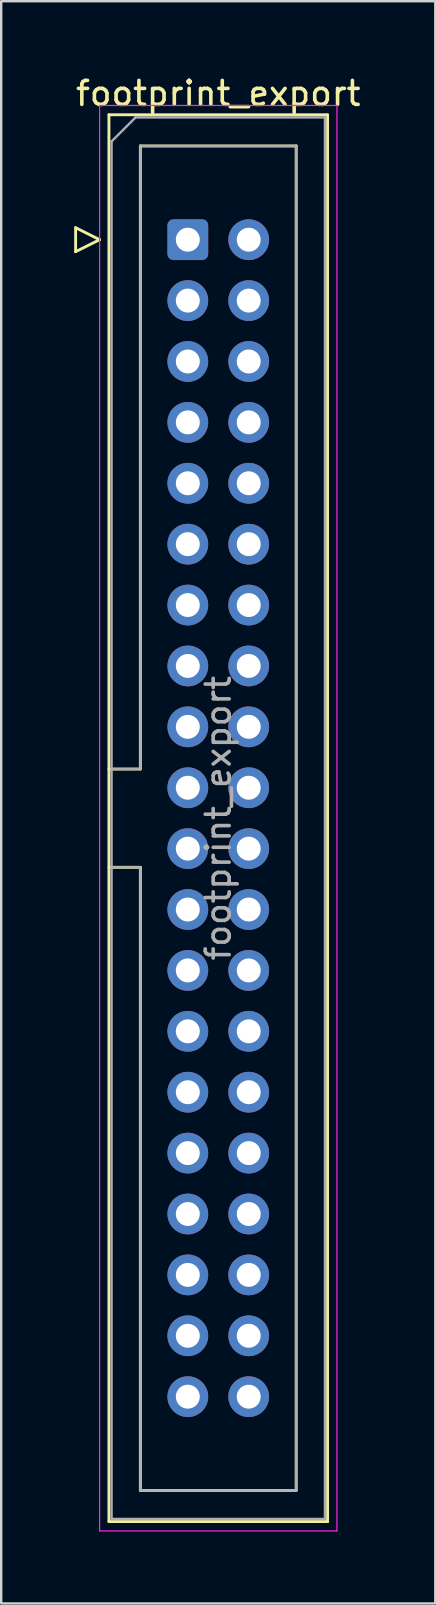
<source format=kicad_pcb>
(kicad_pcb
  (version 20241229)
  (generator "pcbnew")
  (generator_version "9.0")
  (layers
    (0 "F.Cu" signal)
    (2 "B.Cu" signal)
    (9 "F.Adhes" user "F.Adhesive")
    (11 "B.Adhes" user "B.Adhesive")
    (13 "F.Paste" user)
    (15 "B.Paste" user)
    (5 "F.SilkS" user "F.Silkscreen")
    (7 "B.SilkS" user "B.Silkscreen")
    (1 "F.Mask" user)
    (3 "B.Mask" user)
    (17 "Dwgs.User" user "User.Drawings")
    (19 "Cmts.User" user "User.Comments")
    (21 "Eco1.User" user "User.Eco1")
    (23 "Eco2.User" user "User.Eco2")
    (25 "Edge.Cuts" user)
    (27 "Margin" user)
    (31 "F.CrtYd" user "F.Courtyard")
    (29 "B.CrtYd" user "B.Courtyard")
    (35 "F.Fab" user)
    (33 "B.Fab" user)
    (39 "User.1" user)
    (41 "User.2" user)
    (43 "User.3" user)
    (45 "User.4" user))
  (footprint "footprint_export"
    (layer "F.Cu")
    (at 4.784 6.948)
    (property "Reference" "footprint_export" (at 1.27 -6.1 0) (layer "F.SilkS") (effects (font (size 1 1) (thickness 0.15))))
    (attr through_hole)
    (fp_line (start -4.68 -0.5) (end -4.68 0.5) (stroke (width 0.12) (type solid)) (layer "F.SilkS"))
    (fp_line (start -4.68 0.5) (end -3.68 0) (stroke (width 0.12) (type solid)) (layer "F.SilkS"))
    (fp_line (start -3.68 0) (end -4.68 -0.5) (stroke (width 0.12) (type solid)) (layer "F.SilkS"))
    (fp_line (start -3.29 -5.21) (end 5.83 -5.21) (stroke (width 0.12) (type solid)) (layer "F.SilkS"))
    (fp_line (start -3.29 22.08) (end -1.98 22.08) (stroke (width 0.12) (type solid)) (layer "F.SilkS"))
    (fp_line (start -3.29 53.47) (end -3.29 -5.21) (stroke (width 0.12) (type solid)) (layer "F.SilkS"))
    (fp_line (start -1.98 -3.91) (end 4.52 -3.91) (stroke (width 0.12) (type solid)) (layer "F.SilkS"))
    (fp_line (start -1.98 22.08) (end -1.98 -3.91) (stroke (width 0.12) (type solid)) (layer "F.SilkS"))
    (fp_line (start -1.98 26.18) (end -3.29 26.18) (stroke (width 0.12) (type solid)) (layer "F.SilkS"))
    (fp_line (start -1.98 26.18) (end -1.98 26.18) (stroke (width 0.12) (type solid)) (layer "F.SilkS"))
    (fp_line (start -1.98 52.17) (end -1.98 26.18) (stroke (width 0.12) (type solid)) (layer "F.SilkS"))
    (fp_line (start 4.52 -3.91) (end 4.52 52.17) (stroke (width 0.12) (type solid)) (layer "F.SilkS"))
    (fp_line (start 4.52 52.17) (end -1.98 52.17) (stroke (width 0.12) (type solid)) (layer "F.SilkS"))
    (fp_line (start 5.83 -5.21) (end 5.83 53.47) (stroke (width 0.12) (type solid)) (layer "F.SilkS"))
    (fp_line (start 5.83 53.47) (end -3.29 53.47) (stroke (width 0.12) (type solid)) (layer "F.SilkS"))
    (fp_line (start -3.68 -5.6) (end -3.68 53.86) (stroke (width 0.05) (type solid)) (layer "F.CrtYd"))
    (fp_line (start -3.68 53.86) (end 6.22 53.86) (stroke (width 0.05) (type solid)) (layer "F.CrtYd"))
    (fp_line (start 6.22 -5.6) (end -3.68 -5.6) (stroke (width 0.05) (type solid)) (layer "F.CrtYd"))
    (fp_line (start 6.22 53.86) (end 6.22 -5.6) (stroke (width 0.05) (type solid)) (layer "F.CrtYd"))
    (fp_line (start -3.18 -4.1) (end -2.18 -5.1) (stroke (width 0.1) (type solid)) (layer "F.Fab"))
    (fp_line (start -3.18 22.08) (end -1.98 22.08) (stroke (width 0.1) (type solid)) (layer "F.Fab"))
    (fp_line (start -3.18 53.36) (end -3.18 -4.1) (stroke (width 0.1) (type solid)) (layer "F.Fab"))
    (fp_line (start -2.18 -5.1) (end 5.72 -5.1) (stroke (width 0.1) (type solid)) (layer "F.Fab"))
    (fp_line (start -1.98 -3.91) (end 4.52 -3.91) (stroke (width 0.1) (type solid)) (layer "F.Fab"))
    (fp_line (start -1.98 22.08) (end -1.98 -3.91) (stroke (width 0.1) (type solid)) (layer "F.Fab"))
    (fp_line (start -1.98 26.18) (end -3.18 26.18) (stroke (width 0.1) (type solid)) (layer "F.Fab"))
    (fp_line (start -1.98 26.18) (end -1.98 26.18) (stroke (width 0.1) (type solid)) (layer "F.Fab"))
    (fp_line (start -1.98 52.17) (end -1.98 26.18) (stroke (width 0.1) (type solid)) (layer "F.Fab"))
    (fp_line (start 4.52 -3.91) (end 4.52 52.17) (stroke (width 0.1) (type solid)) (layer "F.Fab"))
    (fp_line (start 4.52 52.17) (end -1.98 52.17) (stroke (width 0.1) (type solid)) (layer "F.Fab"))
    (fp_line (start 5.72 -5.1) (end 5.72 53.36) (stroke (width 0.1) (type solid)) (layer "F.Fab"))
    (fp_line (start 5.72 53.36) (end -3.18 53.36) (stroke (width 0.1) (type solid)) (layer "F.Fab"))
    (fp_text user "${REFERENCE}" (at 1.27 24.13 90) (layer "F.Fab") (effects (font (size 1 1) (thickness 0.15))))
    (pad "1" thru_hole roundrect (at 0 0) (size 1.7 1.7) (drill 1) (layers "*.Cu" "*.Mask") (roundrect_rratio 0.147))
    (pad "2" thru_hole circle (at 2.54 0) (size 1.7 1.7) (drill 1) (layers "*.Cu" "*.Mask"))
    (pad "3" thru_hole circle (at 0 2.54) (size 1.7 1.7) (drill 1) (layers "*.Cu" "*.Mask"))
    (pad "4" thru_hole circle (at 2.54 2.54) (size 1.7 1.7) (drill 1) (layers "*.Cu" "*.Mask"))
    (pad "5" thru_hole circle (at 0 5.08) (size 1.7 1.7) (drill 1) (layers "*.Cu" "*.Mask"))
    (pad "6" thru_hole circle (at 2.54 5.08) (size 1.7 1.7) (drill 1) (layers "*.Cu" "*.Mask"))
    (pad "7" thru_hole circle (at 0 7.62) (size 1.7 1.7) (drill 1) (layers "*.Cu" "*.Mask"))
    (pad "8" thru_hole circle (at 2.54 7.62) (size 1.7 1.7) (drill 1) (layers "*.Cu" "*.Mask"))
    (pad "9" thru_hole circle (at 0 10.16) (size 1.7 1.7) (drill 1) (layers "*.Cu" "*.Mask"))
    (pad "10" thru_hole circle (at 2.54 10.16) (size 1.7 1.7) (drill 1) (layers "*.Cu" "*.Mask"))
    (pad "11" thru_hole circle (at 0 12.7) (size 1.7 1.7) (drill 1) (layers "*.Cu" "*.Mask"))
    (pad "12" thru_hole circle (at 2.54 12.7) (size 1.7 1.7) (drill 1) (layers "*.Cu" "*.Mask"))
    (pad "13" thru_hole circle (at 0 15.24) (size 1.7 1.7) (drill 1) (layers "*.Cu" "*.Mask"))
    (pad "14" thru_hole circle (at 2.54 15.24) (size 1.7 1.7) (drill 1) (layers "*.Cu" "*.Mask"))
    (pad "15" thru_hole circle (at 0 17.78) (size 1.7 1.7) (drill 1) (layers "*.Cu" "*.Mask"))
    (pad "16" thru_hole circle (at 2.54 17.78) (size 1.7 1.7) (drill 1) (layers "*.Cu" "*.Mask"))
    (pad "17" thru_hole circle (at 0 20.32) (size 1.7 1.7) (drill 1) (layers "*.Cu" "*.Mask"))
    (pad "18" thru_hole circle (at 2.54 20.32) (size 1.7 1.7) (drill 1) (layers "*.Cu" "*.Mask"))
    (pad "19" thru_hole circle (at 0 22.86) (size 1.7 1.7) (drill 1) (layers "*.Cu" "*.Mask"))
    (pad "20" thru_hole circle (at 2.54 22.86) (size 1.7 1.7) (drill 1) (layers "*.Cu" "*.Mask"))
    (pad "21" thru_hole circle (at 0 25.4) (size 1.7 1.7) (drill 1) (layers "*.Cu" "*.Mask"))
    (pad "22" thru_hole circle (at 2.54 25.4) (size 1.7 1.7) (drill 1) (layers "*.Cu" "*.Mask"))
    (pad "23" thru_hole circle (at 0 27.94) (size 1.7 1.7) (drill 1) (layers "*.Cu" "*.Mask"))
    (pad "24" thru_hole circle (at 2.54 27.94) (size 1.7 1.7) (drill 1) (layers "*.Cu" "*.Mask"))
    (pad "25" thru_hole circle (at 0 30.48) (size 1.7 1.7) (drill 1) (layers "*.Cu" "*.Mask"))
    (pad "26" thru_hole circle (at 2.54 30.48) (size 1.7 1.7) (drill 1) (layers "*.Cu" "*.Mask"))
    (pad "27" thru_hole circle (at 0 33.02) (size 1.7 1.7) (drill 1) (layers "*.Cu" "*.Mask"))
    (pad "28" thru_hole circle (at 2.54 33.02) (size 1.7 1.7) (drill 1) (layers "*.Cu" "*.Mask"))
    (pad "29" thru_hole circle (at 0 35.56) (size 1.7 1.7) (drill 1) (layers "*.Cu" "*.Mask"))
    (pad "30" thru_hole circle (at 2.54 35.56) (size 1.7 1.7) (drill 1) (layers "*.Cu" "*.Mask"))
    (pad "31" thru_hole circle (at 0 38.1) (size 1.7 1.7) (drill 1) (layers "*.Cu" "*.Mask"))
    (pad "32" thru_hole circle (at 2.54 38.1) (size 1.7 1.7) (drill 1) (layers "*.Cu" "*.Mask"))
    (pad "33" thru_hole circle (at 0 40.64) (size 1.7 1.7) (drill 1) (layers "*.Cu" "*.Mask"))
    (pad "34" thru_hole circle (at 2.54 40.64) (size 1.7 1.7) (drill 1) (layers "*.Cu" "*.Mask"))
    (pad "35" thru_hole circle (at 0 43.18) (size 1.7 1.7) (drill 1) (layers "*.Cu" "*.Mask"))
    (pad "36" thru_hole circle (at 2.54 43.18) (size 1.7 1.7) (drill 1) (layers "*.Cu" "*.Mask"))
    (pad "37" thru_hole circle (at 0 45.72) (size 1.7 1.7) (drill 1) (layers "*.Cu" "*.Mask"))
    (pad "38" thru_hole circle (at 2.54 45.72) (size 1.7 1.7) (drill 1) (layers "*.Cu" "*.Mask"))
    (pad "39" thru_hole circle (at 0 48.26) (size 1.7 1.7) (drill 1) (layers "*.Cu" "*.Mask"))
    (pad "40" thru_hole circle (at 2.54 48.26) (size 1.7 1.7) (drill 1) (layers "*.Cu" "*.Mask")))
  (gr_rect
    (start -3 -3)
    (end 15.107 63.833)
    (stroke (width 0.1) (type default))
    (fill no)
    (layer "Edge.Cuts")))
</source>
